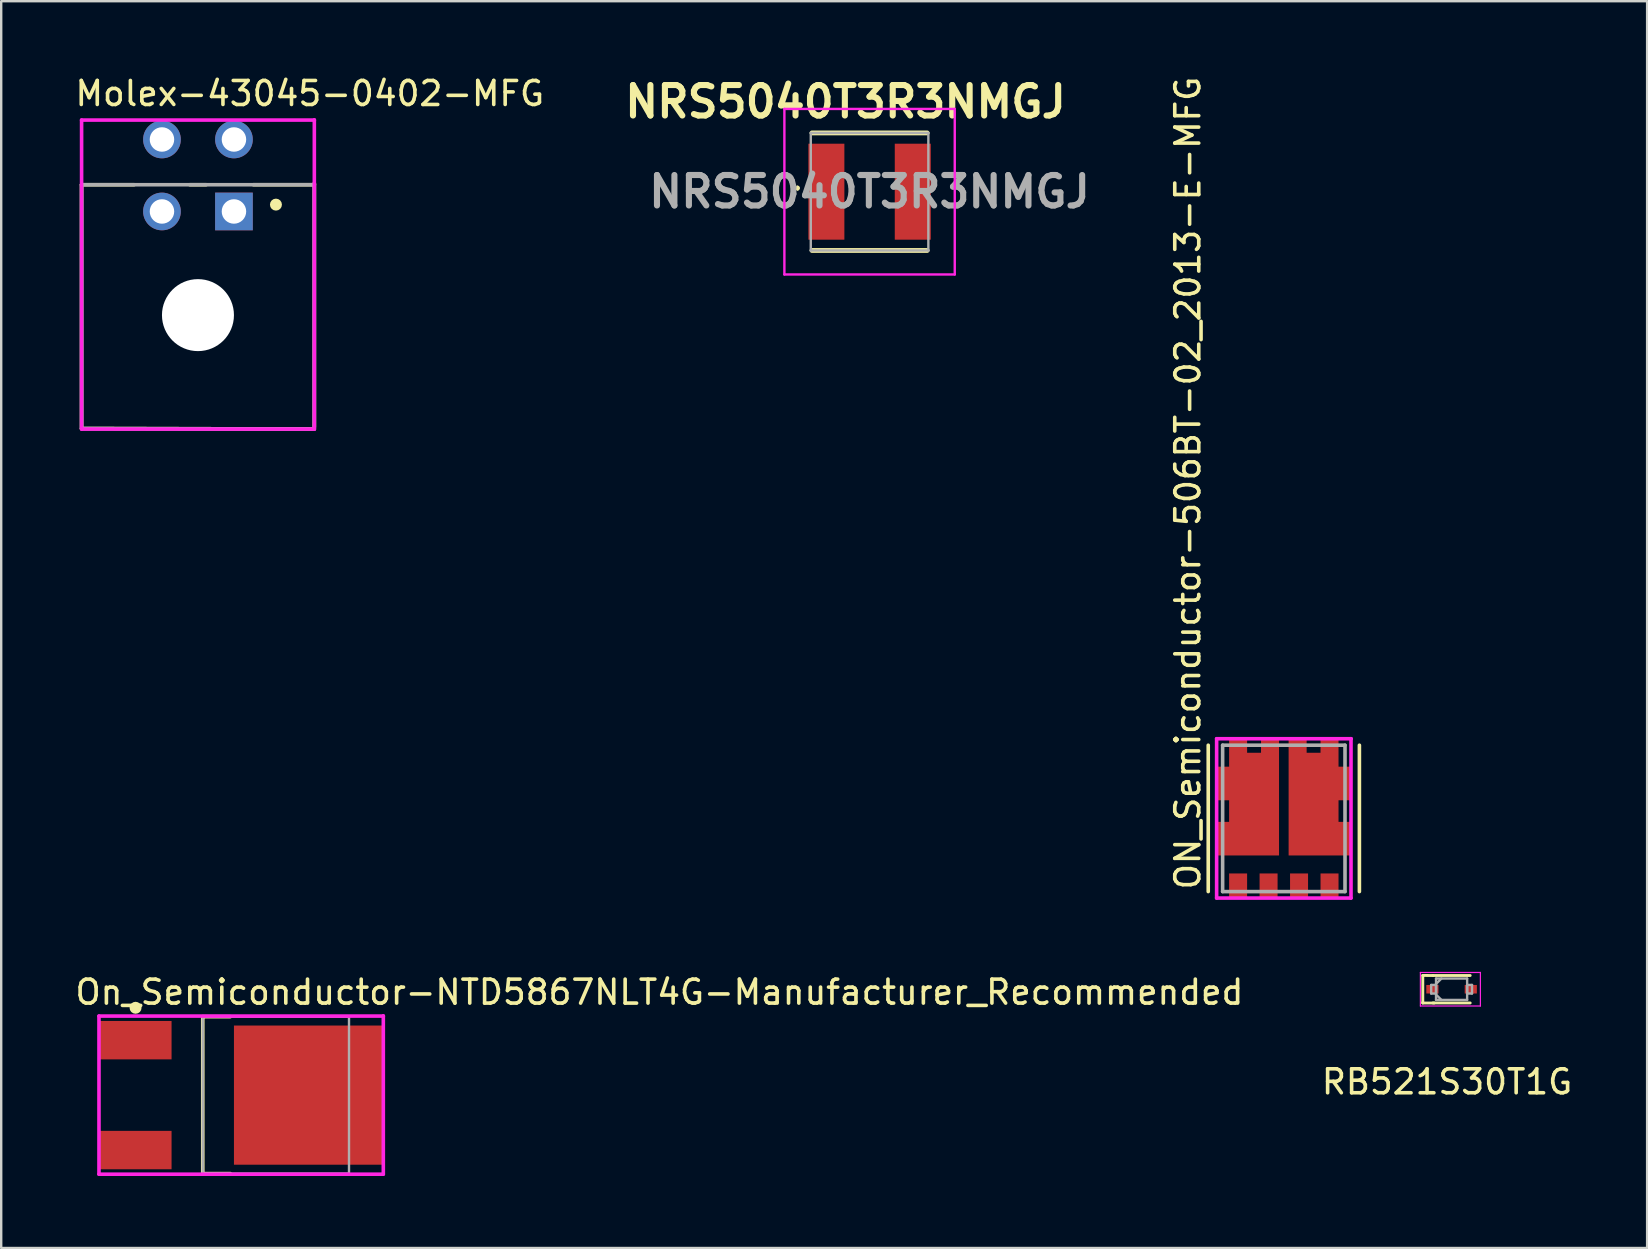
<source format=kicad_pcb>
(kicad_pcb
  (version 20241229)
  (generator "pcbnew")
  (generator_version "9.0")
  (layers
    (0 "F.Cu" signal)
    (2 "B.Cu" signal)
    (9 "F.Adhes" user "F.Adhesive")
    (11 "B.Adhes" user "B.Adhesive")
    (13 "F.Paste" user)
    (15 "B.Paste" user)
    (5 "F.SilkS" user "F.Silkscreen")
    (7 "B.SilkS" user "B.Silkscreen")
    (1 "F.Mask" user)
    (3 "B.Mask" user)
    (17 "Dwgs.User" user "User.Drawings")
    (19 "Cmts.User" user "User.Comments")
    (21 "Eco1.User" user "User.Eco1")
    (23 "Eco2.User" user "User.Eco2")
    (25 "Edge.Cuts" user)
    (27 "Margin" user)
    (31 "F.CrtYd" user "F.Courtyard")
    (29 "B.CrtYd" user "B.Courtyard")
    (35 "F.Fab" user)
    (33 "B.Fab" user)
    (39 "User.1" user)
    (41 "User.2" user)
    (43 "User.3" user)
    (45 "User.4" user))
  (footprint "NRS5040T3R3NMGJ"
    (layer "F.Cu")
    (at 33.19 4.939)
    (property "Reference" "NRS5040T3R3NMGJ" (at -1 -3.75 0) (layer "F.SilkS") (effects (font (size 1.27 1.27) (thickness 0.254))))
    (attr smd)
    (fp_line (start -3 -0.2) (end -3 -0.2) (stroke (width 0.1) (type solid)) (layer "F.SilkS"))
    (fp_line (start -3 -0.1) (end -3 -0.1) (stroke (width 0.1) (type solid)) (layer "F.SilkS"))
    (fp_line (start -2.4 -2.45) (end 2.4 -2.45) (stroke (width 0.2) (type solid)) (layer "F.SilkS"))
    (fp_line (start -2.4 2.45) (end 2.4 2.45) (stroke (width 0.2) (type solid)) (layer "F.SilkS"))
    (fp_arc (start -3 -0.2) (mid -2.95 -0.15) (end -3 -0.1) (stroke (width 0.1) (type solid)) (layer "F.SilkS"))
    (fp_arc (start -3 -0.1) (mid -3.05 -0.15) (end -3 -0.2) (stroke (width 0.1) (type solid)) (layer "F.SilkS"))
    (fp_line (start -3.55 -3.45) (end 3.55 -3.45) (stroke (width 0.1) (type solid)) (layer "F.CrtYd"))
    (fp_line (start -3.55 3.45) (end -3.55 -3.45) (stroke (width 0.1) (type solid)) (layer "F.CrtYd"))
    (fp_line (start 3.55 -3.45) (end 3.55 3.45) (stroke (width 0.1) (type solid)) (layer "F.CrtYd"))
    (fp_line (start 3.55 3.45) (end -3.55 3.45) (stroke (width 0.1) (type solid)) (layer "F.CrtYd"))
    (fp_line (start -2.45 -2.45) (end 2.45 -2.45) (stroke (width 0.1) (type solid)) (layer "F.Fab"))
    (fp_line (start -2.45 2.45) (end -2.45 -2.45) (stroke (width 0.1) (type solid)) (layer "F.Fab"))
    (fp_line (start 2.45 -2.45) (end 2.45 2.45) (stroke (width 0.1) (type solid)) (layer "F.Fab"))
    (fp_line (start 2.45 2.45) (end -2.45 2.45) (stroke (width 0.1) (type solid)) (layer "F.Fab"))
    (fp_text user "${REFERENCE}" (at 0 0 0) (layer "F.Fab") (effects (font (size 1.27 1.27) (thickness 0.254))))
    (pad "1" smd rect (at -1.8 0) (size 1.5 4) (layers "F.Cu" "F.Mask" "F.Paste"))
    (pad "2" smd rect (at 1.8 0) (size 1.5 4) (layers "F.Cu" "F.Mask" "F.Paste")))
  (footprint "RB521S30T1G"
    (layer "F.Cu")
    (at 57.446 38.177)
    (property "Reference" "RB521S30T1G" (at -0.19 3.86 0) (layer "F.SilkS") (effects (font (size 1 1) (thickness 0.15))))
    (attr through_hole)
    (fp_line (start -1.2 -0.575) (end -1.2 0.55) (stroke (width 0.12) (type solid)) (layer "F.SilkS"))
    (fp_line (start -1.2 0.55) (end -1.2 0.575) (stroke (width 0.12) (type solid)) (layer "F.SilkS"))
    (fp_line (start -1.2 0.575) (end -0.725 0.575) (stroke (width 0.12) (type solid)) (layer "F.SilkS"))
    (fp_line (start -1.175 -0.575) (end -1.2 -0.575) (stroke (width 0.12) (type solid)) (layer "F.SilkS"))
    (fp_line (start -0.775 -0.572) (end -1.175 -0.575) (stroke (width 0.12) (type solid)) (layer "F.SilkS"))
    (fp_line (start -0.775 0.572) (end 0.775 0.572) (stroke (width 0.12) (type solid)) (layer "F.SilkS"))
    (fp_line (start 0.775 -0.572) (end -0.775 -0.572) (stroke (width 0.12) (type solid)) (layer "F.SilkS"))
    (fp_line (start -1.3 -0.7) (end -1.3 0.7) (stroke (width 0.05) (type solid)) (layer "F.CrtYd"))
    (fp_line (start -1.3 0.7) (end 1.2 0.7) (stroke (width 0.05) (type solid)) (layer "F.CrtYd"))
    (fp_line (start 1.2 -0.7) (end -1.3 -0.7) (stroke (width 0.05) (type solid)) (layer "F.CrtYd"))
    (fp_line (start 1.2 0.7) (end 1.2 -0.7) (stroke (width 0.05) (type solid)) (layer "F.CrtYd"))
    (fp_line (start -0.851 -0.178) (end -0.851 0.178) (stroke (width 0.1) (type solid)) (layer "F.Fab"))
    (fp_line (start -0.851 0.178) (end -0.648 0.178) (stroke (width 0.1) (type solid)) (layer "F.Fab"))
    (fp_line (start -0.648 -0.445) (end -0.648 0.445) (stroke (width 0.1) (type solid)) (layer "F.Fab"))
    (fp_line (start -0.648 -0.222) (end -0.425 -0.445) (stroke (width 0.1) (type solid)) (layer "F.Fab"))
    (fp_line (start -0.648 -0.178) (end -0.851 -0.178) (stroke (width 0.1) (type solid)) (layer "F.Fab"))
    (fp_line (start -0.648 0.178) (end -0.648 -0.178) (stroke (width 0.1) (type solid)) (layer "F.Fab"))
    (fp_line (start -0.648 0.222) (end -0.425 0.445) (stroke (width 0.1) (type solid)) (layer "F.Fab"))
    (fp_line (start -0.648 0.445) (end 0.648 0.445) (stroke (width 0.1) (type solid)) (layer "F.Fab"))
    (fp_line (start 0.648 -0.445) (end -0.648 -0.445) (stroke (width 0.1) (type solid)) (layer "F.Fab"))
    (fp_line (start 0.648 -0.178) (end 0.648 0.178) (stroke (width 0.1) (type solid)) (layer "F.Fab"))
    (fp_line (start 0.648 0.178) (end 0.851 0.178) (stroke (width 0.1) (type solid)) (layer "F.Fab"))
    (fp_line (start 0.648 0.445) (end 0.648 -0.445) (stroke (width 0.1) (type solid)) (layer "F.Fab"))
    (fp_line (start 0.851 -0.178) (end 0.648 -0.178) (stroke (width 0.1) (type solid)) (layer "F.Fab"))
    (fp_line (start 0.851 0.178) (end 0.851 -0.178) (stroke (width 0.1) (type solid)) (layer "F.Fab"))
    (pad "1" smd rect (at -0.8 0) (size 0.508 0.356) (layers "F.Cu" "F.Mask" "F.Paste"))
    (pad "2" smd rect (at 0.8 0) (size 0.508 0.356) (layers "F.Cu" "F.Mask" "F.Paste")))
  (footprint "ON_Semiconductor-506BT-02_2013-E-MFG"
    (layer "F.Cu")
    (at 50.454 31.057)
    (property "Reference" "ON_Semiconductor-506BT-02_2013-E-MFG" (at -4 3.05 270) (layer "F.SilkS") (effects (font (size 1 1) (thickness 0.15)) (justify left)))
    (attr through_hole)
    (fp_line (start -3.15 -3.05) (end -3.15 3.05) (stroke (width 0.15) (type solid)) (layer "F.SilkS"))
    (fp_line (start 3.15 -3.05) (end 3.15 3.05) (stroke (width 0.15) (type solid)) (layer "F.SilkS"))
    (fp_line (start -2.8 -3.32) (end -2.8 3.32) (stroke (width 0.15) (type solid)) (layer "F.CrtYd"))
    (fp_line (start -2.8 3.32) (end 2.8 3.32) (stroke (width 0.15) (type solid)) (layer "F.CrtYd"))
    (fp_line (start 2.8 -3.32) (end -2.8 -3.32) (stroke (width 0.15) (type solid)) (layer "F.CrtYd"))
    (fp_line (start 2.8 -3.32) (end 2.8 -3.32) (stroke (width 0.15) (type solid)) (layer "F.CrtYd"))
    (fp_line (start 2.8 3.32) (end 2.8 -3.32) (stroke (width 0.15) (type solid)) (layer "F.CrtYd"))
    (fp_line (start -2.55 -3.05) (end 2.55 -3.05) (stroke (width 0.15) (type solid)) (layer "F.Fab"))
    (fp_line (start -2.55 3.05) (end -2.55 -3.05) (stroke (width 0.15) (type solid)) (layer "F.Fab"))
    (fp_line (start 2.55 -3.05) (end 2.55 3.05) (stroke (width 0.15) (type solid)) (layer "F.Fab"))
    (fp_line (start 2.55 3.05) (end -2.55 3.05) (stroke (width 0.15) (type solid)) (layer "F.Fab"))
    (pad "1" smd rect (at -1.905 2.795) (size 0.75 1) (layers "F.Cu" "F.Mask" "F.Paste"))
    (pad "2" smd rect (at -0.635 2.795) (size 0.75 1) (layers "F.Cu" "F.Mask" "F.Paste"))
    (pad "3" smd rect (at 0.635 2.795) (size 0.75 1) (layers "F.Cu" "F.Mask" "F.Paste"))
    (pad "4" smd rect (at 1.905 2.795) (size 0.75 1) (layers "F.Cu" "F.Mask" "F.Paste"))
    (pad "5-6" smd custom (at 1.488 -0.595) (size 0.5 0.5) (layers "F.Cu" "F.Mask" "F.Paste") (options (anchor circle)) (primitives (gr_poly (pts (xy 0.792 -2.7) (xy 0.042 -2.7) (xy 0.042 -2.14) (xy -0.537 -2.14) (xy -0.537 -2.7) (xy -1.288 -2.7) (xy -1.288 2.14) (xy 1.288 2.14) (xy 1.288 0.74) (xy 0.792 0.74) (xy 0.792 -0.16) (xy 1.288 -0.16) (xy 1.288 -1.56) (xy 0.792 -1.56) (xy 0.792 -2.7)) (width 0) (fill yes))))
    (pad "7-8" smd custom (at -1.24 -0.875) (size 1 1) (layers "F.Cu" "F.Mask" "F.Paste") (options (anchor circle)) (primitives (gr_poly (pts (xy -1.04 -2.42) (xy -1.04 -1.28) (xy -1.535 -1.28) (xy -1.535 0.12) (xy -1.04 0.12) (xy -1.04 1.02) (xy -1.535 1.02) (xy -1.535 2.42) (xy 1.04 2.42) (xy 1.04 -2.42) (xy 0.29 -2.42) (xy 0.29 -1.86) (xy -0.29 -1.86) (xy -0.29 -2.42) (xy -1.04 -2.42)) (width 0) (fill yes)))))
  (footprint "Molex-43045-0402-MFG"
    (layer "F.Cu")
    (at 5.2 9.728)
    (property "Reference" "Molex-43045-0402-MFG" (at -5.2 -8.88 0) (layer "F.SilkS") (effects (font (size 1 1) (thickness 0.15)) (justify left)))
    (attr through_hole)
    (fp_line (start -4.85 -5.08) (end -2.66 -5.08) (stroke (width 0.15) (type solid)) (layer "F.SilkS"))
    (fp_line (start -4.85 5.08) (end -4.85 -5.08) (stroke (width 0.15) (type solid)) (layer "F.SilkS"))
    (fp_line (start -4.85 5.08) (end 4.85 5.1) (stroke (width 0.15) (type solid)) (layer "F.SilkS"))
    (fp_line (start -0.34 -5.08) (end 0.34 -5.08) (stroke (width 0.15) (type solid)) (layer "F.SilkS"))
    (fp_line (start 2.31 -5.08) (end 4.85 -5.08) (stroke (width 0.15) (type solid)) (layer "F.SilkS"))
    (fp_line (start 4.85 5.03) (end 4.85 -5.13) (stroke (width 0.15) (type solid)) (layer "F.SilkS"))
    (fp_circle (center 3.25 -4.25) (end 3.375 -4.25) (stroke (width 0.25) (type solid)) (fill no) (layer "F.SilkS"))
    (fp_line (start -4.85 -7.775) (end -4.85 5.105) (stroke (width 0.15) (type solid)) (layer "F.CrtYd"))
    (fp_line (start -4.85 5.105) (end 4.85 5.105) (stroke (width 0.15) (type solid)) (layer "F.CrtYd"))
    (fp_line (start 4.85 -7.775) (end -4.85 -7.775) (stroke (width 0.15) (type solid)) (layer "F.CrtYd"))
    (fp_line (start 4.85 -7.775) (end 4.85 -7.775) (stroke (width 0.15) (type solid)) (layer "F.CrtYd"))
    (fp_line (start 4.85 5.105) (end 4.85 -7.775) (stroke (width 0.15) (type solid)) (layer "F.CrtYd"))
    (fp_line (start -4.85 -5.08) (end 4.85 -5.08) (stroke (width 0.15) (type solid)) (layer "F.Fab"))
    (fp_line (start -4.85 5.08) (end -4.85 -5.08) (stroke (width 0.15) (type solid)) (layer "F.Fab"))
    (fp_line (start 4.85 -5.13) (end 4.85 5.03) (stroke (width 0.15) (type solid)) (layer "F.Fab"))
    (fp_line (start 4.85 5.1) (end -4.85 5.08) (stroke (width 0.15) (type solid)) (layer "F.Fab"))
    (pad "" np_thru_hole circle (at 0 0.355) (size 3 3) (drill 3) (layers "*.Cu" "*.Mask"))
    (pad "1" thru_hole rect (at 1.5 -3.965) (size 1.57 1.57) (drill 1.02) (layers "*.Cu"))
    (pad "2" thru_hole circle (at 1.5 -6.965) (size 1.57 1.57) (drill 1.02) (layers "*.Cu"))
    (pad "3" thru_hole circle (at -1.5 -6.965) (size 1.57 1.57) (drill 1.02) (layers "*.Cu"))
    (pad "4" thru_hole circle (at -1.5 -3.965) (size 1.57 1.57) (drill 1.02) (layers "*.Cu")))
  (footprint "On_Semiconductor-NTD5867NLT4G-Manufacturer_Recommended"
    (layer "F.Cu")
    (at 7 42.59)
    (property "Reference" "On_Semiconductor-NTD5867NLT4G-Manufacturer_Recommended" (at -7 -4.29 0) (layer "F.SilkS") (effects (font (size 1 1) (thickness 0.15)) (justify left)))
    (attr through_hole)
    (fp_line (start -1.6 -3.27) (end -0.453 -3.27) (stroke (width 0.15) (type solid)) (layer "F.SilkS"))
    (fp_line (start -1.6 3.27) (end -1.6 -3.27) (stroke (width 0.15) (type solid)) (layer "F.SilkS"))
    (fp_line (start -1.6 3.27) (end -0.453 3.27) (stroke (width 0.15) (type solid)) (layer "F.SilkS"))
    (fp_circle (center -4.4 -3.64) (end -4.275 -3.64) (stroke (width 0.25) (type solid)) (fill no) (layer "F.SilkS"))
    (fp_line (start -5.925 -3.295) (end -5.925 3.295) (stroke (width 0.15) (type solid)) (layer "F.CrtYd"))
    (fp_line (start -5.925 3.295) (end 5.925 3.295) (stroke (width 0.15) (type solid)) (layer "F.CrtYd"))
    (fp_line (start 5.925 -3.295) (end -5.925 -3.295) (stroke (width 0.15) (type solid)) (layer "F.CrtYd"))
    (fp_line (start 5.925 -3.295) (end 5.925 -3.295) (stroke (width 0.15) (type solid)) (layer "F.CrtYd"))
    (fp_line (start 5.925 3.295) (end 5.925 -3.295) (stroke (width 0.15) (type solid)) (layer "F.CrtYd"))
    (fp_line (start -1.6 -3.27) (end 4.495 -3.27) (stroke (width 0.1) (type solid)) (layer "F.Fab"))
    (fp_line (start -1.6 3.27) (end -1.6 -3.27) (stroke (width 0.1) (type solid)) (layer "F.Fab"))
    (fp_line (start -1.6 3.27) (end 4.495 3.27) (stroke (width 0.1) (type solid)) (layer "F.Fab"))
    (fp_line (start 4.495 3.27) (end 4.495 -3.27) (stroke (width 0.1) (type solid)) (layer "F.Fab"))
    (pad "1" smd rect (at -4.4 -2.29 90) (size 1.6 3) (layers "F.Cu" "F.Mask" "F.Paste"))
    (pad "3" smd rect (at -4.4 2.29 90) (size 1.6 3) (layers "F.Cu" "F.Mask" "F.Paste"))
    (pad "4" smd rect (at 2.8 -0.000001 90) (size 5.8 6.2) (layers "F.Cu" "F.Mask" "F.Paste")))
  (gr_rect
    (start -3 -3)
    (end 65.595 48.96)
    (stroke (width 0.1) (type default))
    (fill no)
    (layer "Edge.Cuts")))
</source>
